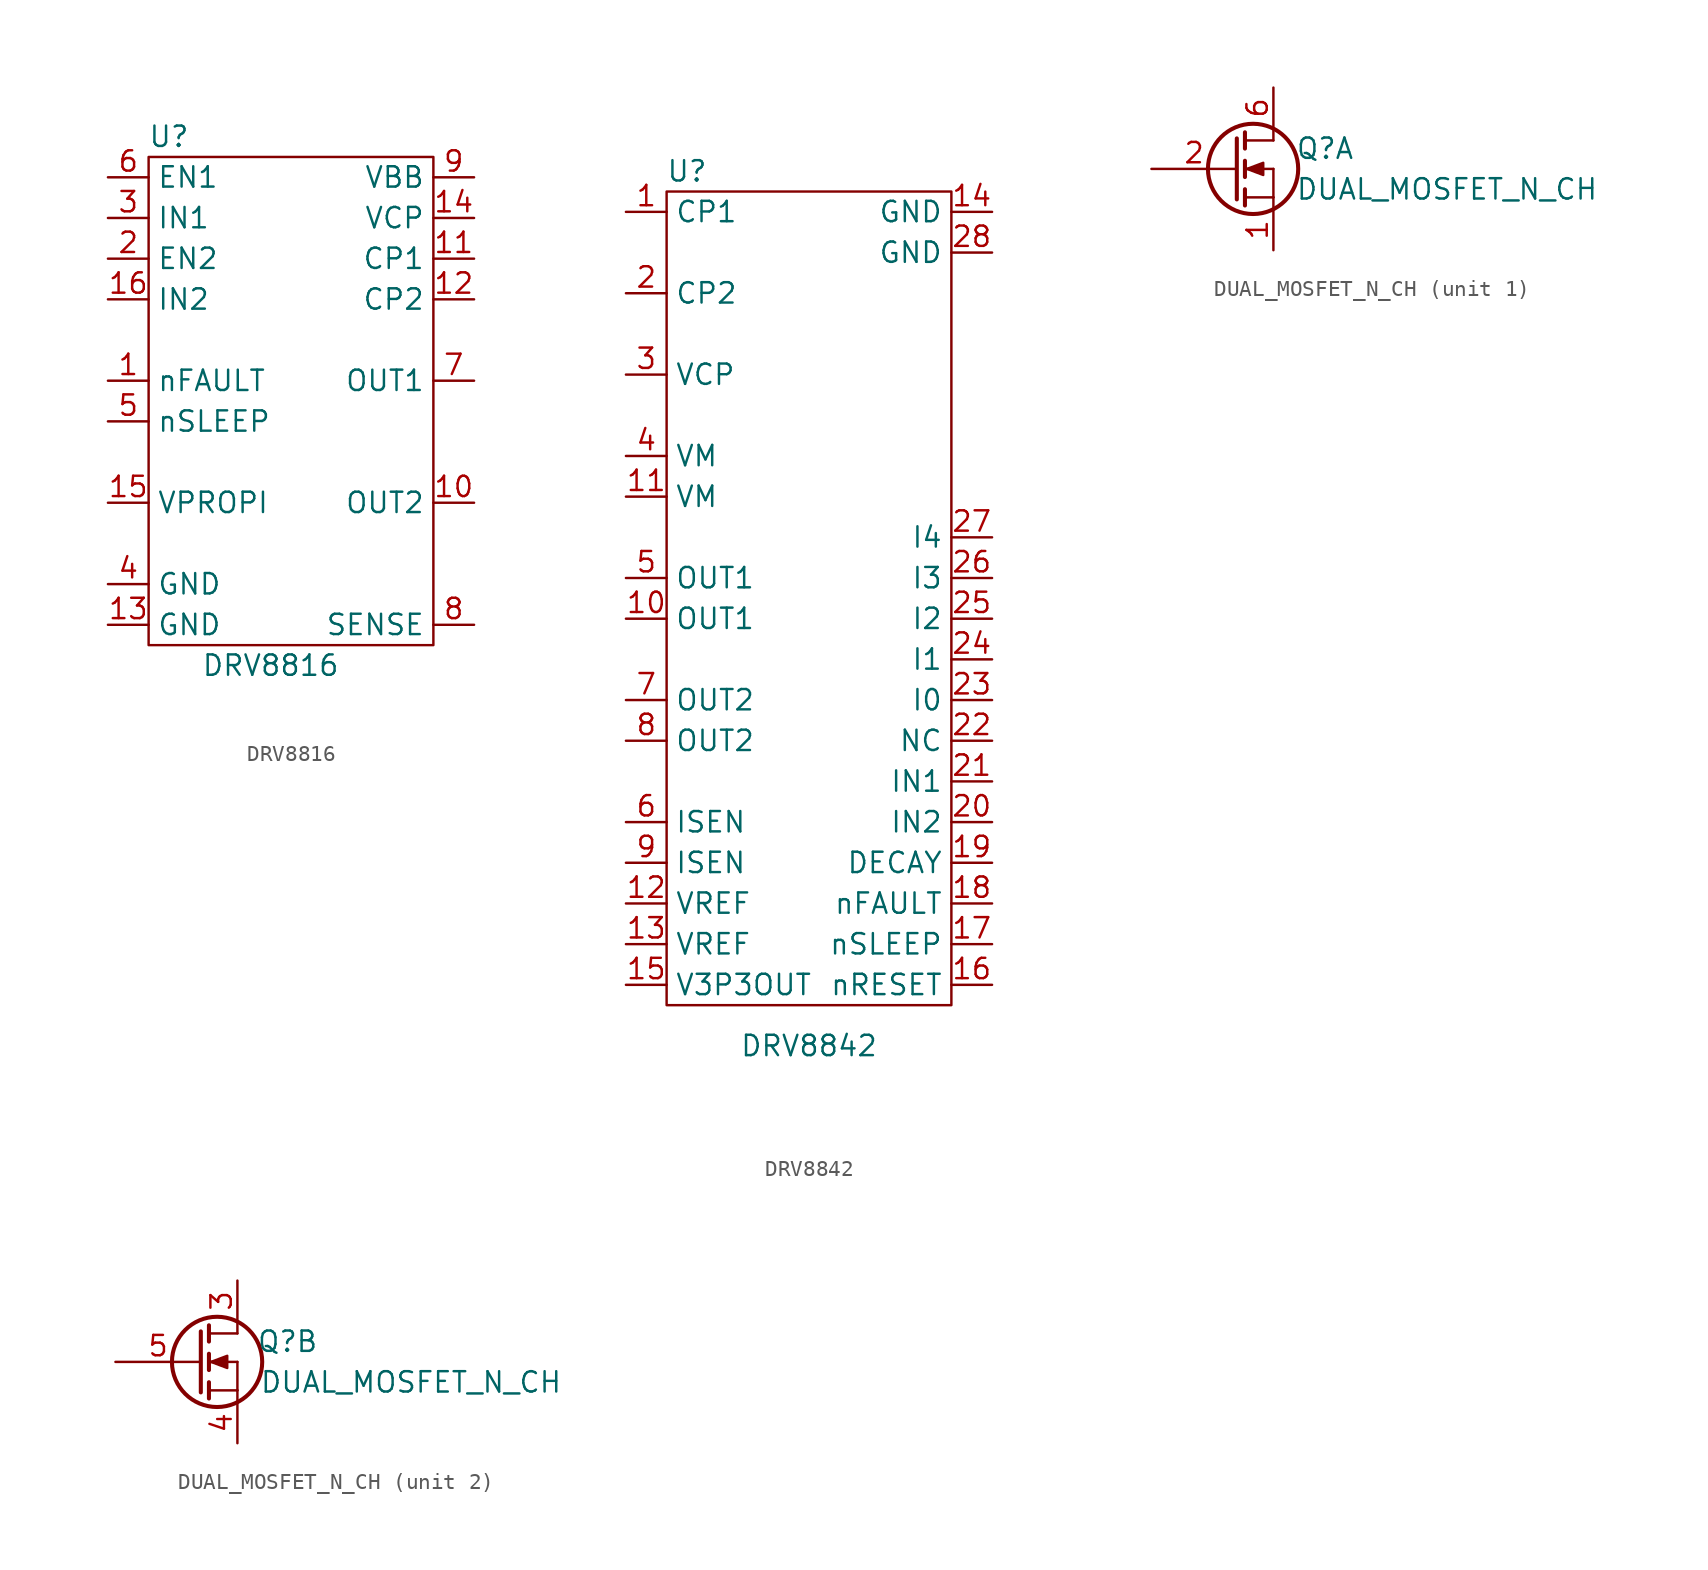
<source format=kicad_sym>
(kicad_symbol_lib
  (version 20211014)
  (generator kicad_symbol_editor)
  (symbol "DRV8816"
    (property "Reference" "U"
      (at -7.62 16.51 0)
      (effects (font (size 1.27 1.27))))
    (property "Value" "DRV8816"
      (at -1.27 -16.51 0)
      (effects (font (size 1.27 1.27))))
    (symbol "DRV8816_0_1"
      (rectangle (start -8.89 15.24) (end 8.89 -15.24) (stroke (width 0.152) (type default) (color 0 0 0 0)) (fill (type none))))
    (symbol "DRV8816_1_1"
      (pin passive line (at -11.43 1.27 0) (length 2.54) (name "nFAULT" (effects (font (size 1.27 1.27)))) (number "1" (effects (font (size 1.27 1.27)))))
      (pin passive line (at 11.43 -6.35 180) (length 2.54) (name "OUT2" (effects (font (size 1.27 1.27)))) (number "10" (effects (font (size 1.27 1.27)))))
      (pin passive line (at 11.43 8.89 180) (length 2.54) (name "CP1" (effects (font (size 1.27 1.27)))) (number "11" (effects (font (size 1.27 1.27)))))
      (pin passive line (at 11.43 6.35 180) (length 2.54) (name "CP2" (effects (font (size 1.27 1.27)))) (number "12" (effects (font (size 1.27 1.27)))))
      (pin passive line (at -11.43 -13.97 0) (length 2.54) (name "GND" (effects (font (size 1.27 1.27)))) (number "13" (effects (font (size 1.27 1.27)))))
      (pin passive line (at 11.43 11.43 180) (length 2.54) (name "VCP" (effects (font (size 1.27 1.27)))) (number "14" (effects (font (size 1.27 1.27)))))
      (pin passive line (at -11.43 -6.35 0) (length 2.54) (name "VPROPI" (effects (font (size 1.27 1.27)))) (number "15" (effects (font (size 1.27 1.27)))))
      (pin passive line (at -11.43 6.35 0) (length 2.54) (name "IN2" (effects (font (size 1.27 1.27)))) (number "16" (effects (font (size 1.27 1.27)))))
      (pin passive line (at -11.43 8.89 0) (length 2.54) (name "EN2" (effects (font (size 1.27 1.27)))) (number "2" (effects (font (size 1.27 1.27)))))
      (pin passive line (at -11.43 11.43 0) (length 2.54) (name "IN1" (effects (font (size 1.27 1.27)))) (number "3" (effects (font (size 1.27 1.27)))))
      (pin passive line (at -11.43 -11.43 0) (length 2.54) (name "GND" (effects (font (size 1.27 1.27)))) (number "4" (effects (font (size 1.27 1.27)))))
      (pin passive line (at -11.43 -1.27 0) (length 2.54) (name "nSLEEP" (effects (font (size 1.27 1.27)))) (number "5" (effects (font (size 1.27 1.27)))))
      (pin passive line (at -11.43 13.97 0) (length 2.54) (name "EN1" (effects (font (size 1.27 1.27)))) (number "6" (effects (font (size 1.27 1.27)))))
      (pin passive line (at 11.43 1.27 180) (length 2.54) (name "OUT1" (effects (font (size 1.27 1.27)))) (number "7" (effects (font (size 1.27 1.27)))))
      (pin passive line (at 11.43 -13.97 180) (length 2.54) (name "SENSE" (effects (font (size 1.27 1.27)))) (number "8" (effects (font (size 1.27 1.27)))))
      (pin passive line (at 11.43 13.97 180) (length 2.54) (name "VBB" (effects (font (size 1.27 1.27)))) (number "9" (effects (font (size 1.27 1.27)))))))
  (symbol "DRV8842"
    (property "Reference" "U"
      (at -7.62 26.67 0)
      (effects (font (size 1.27 1.27))))
    (property "Value" "DRV8842"
      (at 0 -27.94 0)
      (effects (font (size 1.27 1.27))))
    (symbol "DRV8842_0_1"
      (rectangle (start -8.89 25.4) (end 8.89 -25.4) (stroke (width 0.152) (type default) (color 0 0 0 0)) (fill (type none))))
    (symbol "DRV8842_1_1"
      (pin passive line (at -11.43 24.13 0) (length 2.54) (name "CP1" (effects (font (size 1.27 1.27)))) (number "1" (effects (font (size 1.27 1.27)))))
      (pin passive line (at -11.43 -1.27 0) (length 2.54) (name "OUT1" (effects (font (size 1.27 1.27)))) (number "10" (effects (font (size 1.27 1.27)))))
      (pin passive line (at -11.43 6.35 0) (length 2.54) (name "VM" (effects (font (size 1.27 1.27)))) (number "11" (effects (font (size 1.27 1.27)))))
      (pin passive line (at -11.43 -19.05 0) (length 2.54) (name "VREF" (effects (font (size 1.27 1.27)))) (number "12" (effects (font (size 1.27 1.27)))))
      (pin passive line (at -11.43 -21.59 0) (length 2.54) (name "VREF" (effects (font (size 1.27 1.27)))) (number "13" (effects (font (size 1.27 1.27)))))
      (pin passive line (at 11.43 24.13 180) (length 2.54) (name "GND" (effects (font (size 1.27 1.27)))) (number "14" (effects (font (size 1.27 1.27)))))
      (pin passive line (at -11.43 -24.13 0) (length 2.54) (name "V3P3OUT" (effects (font (size 1.27 1.27)))) (number "15" (effects (font (size 1.27 1.27)))))
      (pin passive line (at 11.43 -24.13 180) (length 2.54) (name "nRESET" (effects (font (size 1.27 1.27)))) (number "16" (effects (font (size 1.27 1.27)))))
      (pin passive line (at 11.43 -21.59 180) (length 2.54) (name "nSLEEP" (effects (font (size 1.27 1.27)))) (number "17" (effects (font (size 1.27 1.27)))))
      (pin passive line (at 11.43 -19.05 180) (length 2.54) (name "nFAULT" (effects (font (size 1.27 1.27)))) (number "18" (effects (font (size 1.27 1.27)))))
      (pin passive line (at 11.43 -16.51 180) (length 2.54) (name "DECAY" (effects (font (size 1.27 1.27)))) (number "19" (effects (font (size 1.27 1.27)))))
      (pin passive line (at -11.43 19.05 0) (length 2.54) (name "CP2" (effects (font (size 1.27 1.27)))) (number "2" (effects (font (size 1.27 1.27)))))
      (pin passive line (at 11.43 -13.97 180) (length 2.54) (name "IN2" (effects (font (size 1.27 1.27)))) (number "20" (effects (font (size 1.27 1.27)))))
      (pin passive line (at 11.43 -11.43 180) (length 2.54) (name "IN1" (effects (font (size 1.27 1.27)))) (number "21" (effects (font (size 1.27 1.27)))))
      (pin passive line (at 11.43 -8.89 180) (length 2.54) (name "NC" (effects (font (size 1.27 1.27)))) (number "22" (effects (font (size 1.27 1.27)))))
      (pin passive line (at 11.43 -6.35 180) (length 2.54) (name "I0" (effects (font (size 1.27 1.27)))) (number "23" (effects (font (size 1.27 1.27)))))
      (pin passive line (at 11.43 -3.81 180) (length 2.54) (name "I1" (effects (font (size 1.27 1.27)))) (number "24" (effects (font (size 1.27 1.27)))))
      (pin passive line (at 11.43 -1.27 180) (length 2.54) (name "I2" (effects (font (size 1.27 1.27)))) (number "25" (effects (font (size 1.27 1.27)))))
      (pin passive line (at 11.43 1.27 180) (length 2.54) (name "I3" (effects (font (size 1.27 1.27)))) (number "26" (effects (font (size 1.27 1.27)))))
      (pin passive line (at 11.43 3.81 180) (length 2.54) (name "I4" (effects (font (size 1.27 1.27)))) (number "27" (effects (font (size 1.27 1.27)))))
      (pin passive line (at 11.43 21.59 180) (length 2.54) (name "GND" (effects (font (size 1.27 1.27)))) (number "28" (effects (font (size 1.27 1.27)))))
      (pin passive line (at -11.43 13.97 0) (length 2.54) (name "VCP" (effects (font (size 1.27 1.27)))) (number "3" (effects (font (size 1.27 1.27)))))
      (pin passive line (at -11.43 8.89 0) (length 2.54) (name "VM" (effects (font (size 1.27 1.27)))) (number "4" (effects (font (size 1.27 1.27)))))
      (pin passive line (at -11.43 1.27 0) (length 2.54) (name "OUT1" (effects (font (size 1.27 1.27)))) (number "5" (effects (font (size 1.27 1.27)))))
      (pin passive line (at -11.43 -13.97 0) (length 2.54) (name "ISEN" (effects (font (size 1.27 1.27)))) (number "6" (effects (font (size 1.27 1.27)))))
      (pin passive line (at -11.43 -6.35 0) (length 2.54) (name "OUT2" (effects (font (size 1.27 1.27)))) (number "7" (effects (font (size 1.27 1.27)))))
      (pin passive line (at -11.43 -8.89 0) (length 2.54) (name "OUT2" (effects (font (size 1.27 1.27)))) (number "8" (effects (font (size 1.27 1.27)))))
      (pin passive line (at -11.43 -16.51 0) (length 2.54) (name "ISEN" (effects (font (size 1.27 1.27)))) (number "9" (effects (font (size 1.27 1.27)))))))
  (symbol "DUAL_MOSFET_N_CH"
    (pin_names
      (offset 0) hide)
    (property "Reference" "Q"
      (at 7.62 1.27 0)
      (effects (font (size 1.27 1.27)) (justify right)))
    (property "Value" "DUAL_MOSFET_N_CH"
      (at 22.86 -1.27 0)
      (effects (font (size 1.27 1.27)) (justify right)))
    (property "Footprint" ""
      (at 5.08 2.54 0)
      (effects (font (size 1.27 1.27))))
    (property "Datasheet" ""
      (at 0 0 0)
      (effects (font (size 1.27 1.27))))
    (symbol "DUAL_MOSFET_N_CH_0_1"
      (polyline (pts (xy 0.762 -1.778) (xy 2.54 -1.778)) (stroke (width 0) (type default) (color 0 0 0 0)) (fill (type none)))
      (polyline (pts (xy 0.762 -1.27) (xy 0.762 -2.286)) (stroke (width 0.254) (type default) (color 0 0 0 0)) (fill (type none)))
      (polyline (pts (xy 0.762 0) (xy 2.54 0)) (stroke (width 0) (type default) (color 0 0 0 0)) (fill (type none)))
      (polyline (pts (xy 0.762 0.508) (xy 0.762 -0.508)) (stroke (width 0.254) (type default) (color 0 0 0 0)) (fill (type none)))
      (polyline (pts (xy 0.762 1.778) (xy 2.54 1.778)) (stroke (width 0) (type default) (color 0 0 0 0)) (fill (type none)))
      (polyline (pts (xy 0.762 2.286) (xy 0.762 1.27)) (stroke (width 0.254) (type default) (color 0 0 0 0)) (fill (type none)))
      (polyline (pts (xy 2.54 -1.778) (xy 2.54 -2.54)) (stroke (width 0) (type default) (color 0 0 0 0)) (fill (type none)))
      (polyline (pts (xy 2.54 -1.778) (xy 2.54 0)) (stroke (width 0) (type default) (color 0 0 0 0)) (fill (type none)))
      (polyline (pts (xy 2.54 2.54) (xy 2.54 1.778)) (stroke (width 0) (type default) (color 0 0 0 0)) (fill (type none)))
      (polyline (pts (xy 0.254 1.905) (xy 0.254 -1.905) (xy 0.254 -1.905)) (stroke (width 0.254) (type default) (color 0 0 0 0)) (fill (type none)))
      (polyline (pts (xy 0.889 0) (xy 1.905 0.381) (xy 1.905 -0.381) (xy 0.889 0)) (stroke (width 0) (type default) (color 0 0 0 0)) (fill (type outline)))
      (circle (center 1.27 0) (radius 2.819) (stroke (width 0.254) (type default) (color 0 0 0 0)) (fill (type none))))
    (symbol "DUAL_MOSFET_N_CH_1_1"
      (pin passive line (at 2.54 -5.08 90) (length 2.54) (name "S1" (effects (font (size 1.27 1.27)))) (number "1" (effects (font (size 1.27 1.27)))))
      (pin input line (at -5.08 0 0) (length 5.334) (name "G1" (effects (font (size 1.27 1.27)))) (number "2" (effects (font (size 1.27 1.27)))))
      (pin passive line (at 2.54 5.08 270) (length 2.54) (name "D1" (effects (font (size 1.27 1.27)))) (number "6" (effects (font (size 1.27 1.27))))))
    (symbol "DUAL_MOSFET_N_CH_2_1"
      (pin passive line (at 2.54 5.08 270) (length 2.54) (name "D2" (effects (font (size 1.27 1.27)))) (number "3" (effects (font (size 1.27 1.27)))))
      (pin passive line (at 2.54 -5.08 90) (length 2.54) (name "S2" (effects (font (size 1.27 1.27)))) (number "4" (effects (font (size 1.27 1.27)))))
      (pin input line (at -5.08 0 0) (length 5.334) (name "G2" (effects (font (size 1.27 1.27)))) (number "5" (effects (font (size 1.27 1.27))))))))
</source>
